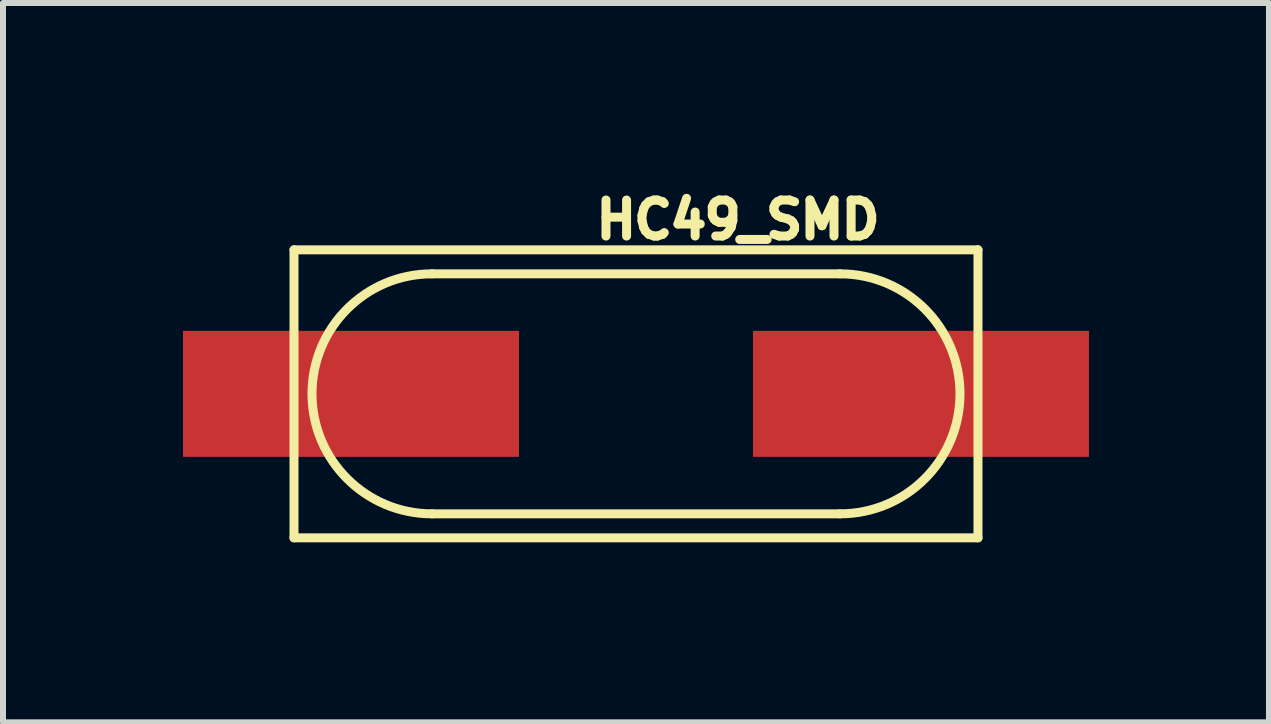
<source format=kicad_pcb>
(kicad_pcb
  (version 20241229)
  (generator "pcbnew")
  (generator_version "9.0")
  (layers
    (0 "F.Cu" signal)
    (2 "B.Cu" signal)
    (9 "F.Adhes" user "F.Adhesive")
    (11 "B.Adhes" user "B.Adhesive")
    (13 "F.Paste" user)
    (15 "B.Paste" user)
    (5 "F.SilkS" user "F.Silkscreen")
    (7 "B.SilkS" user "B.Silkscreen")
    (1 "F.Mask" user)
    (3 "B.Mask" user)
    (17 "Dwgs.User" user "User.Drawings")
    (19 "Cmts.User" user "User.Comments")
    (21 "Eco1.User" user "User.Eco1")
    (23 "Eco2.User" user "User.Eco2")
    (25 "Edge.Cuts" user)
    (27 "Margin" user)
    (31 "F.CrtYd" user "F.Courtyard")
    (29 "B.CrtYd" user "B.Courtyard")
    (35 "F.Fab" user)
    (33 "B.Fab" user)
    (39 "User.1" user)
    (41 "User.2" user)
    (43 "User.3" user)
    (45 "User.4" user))
  (footprint "HC49_SMD"
    (layer "F.Cu")
    (at 7.55 3.514)
    (property "Reference" "HC49_SMD" (at 1.7 -2.9 0) (layer "F.SilkS") (effects (font (size 0.6 0.6) (thickness 0.15))))
    (attr through_hole)
    (fp_line (start -5.7 -2.4) (end 5.7 -2.4) (stroke (width 0.15) (type solid)) (layer "F.SilkS"))
    (fp_line (start -5.7 2.4) (end -5.7 -2.4) (stroke (width 0.15) (type solid)) (layer "F.SilkS"))
    (fp_line (start -3.4 -2) (end 3.4 -2) (stroke (width 0.15) (type solid)) (layer "F.SilkS"))
    (fp_line (start 3.4 2) (end -3.4 2) (stroke (width 0.15) (type solid)) (layer "F.SilkS"))
    (fp_line (start 5.7 -2.4) (end 5.7 2.4) (stroke (width 0.15) (type solid)) (layer "F.SilkS"))
    (fp_line (start 5.7 2.4) (end -5.7 2.4) (stroke (width 0.15) (type solid)) (layer "F.SilkS"))
    (fp_arc (start -3.4 2) (mid -5.4 0) (end -3.4 -2) (stroke (width 0.15) (type solid)) (layer "F.SilkS"))
    (fp_arc (start 3.4 -2) (mid 5.4 0) (end 3.4 2) (stroke (width 0.15) (type solid)) (layer "F.SilkS"))
    (pad "1" smd rect (at -4.75 0) (size 5.6 2.1) (layers "F.Cu" "F.Mask" "F.Paste"))
    (pad "2" smd rect (at 4.75 0) (size 5.6 2.1) (layers "F.Cu" "F.Mask" "F.Paste")))
  (gr_rect
    (start -3 -3)
    (end 18.1 8.989)
    (stroke (width 0.1) (type default))
    (fill no)
    (layer "Edge.Cuts")))
</source>
